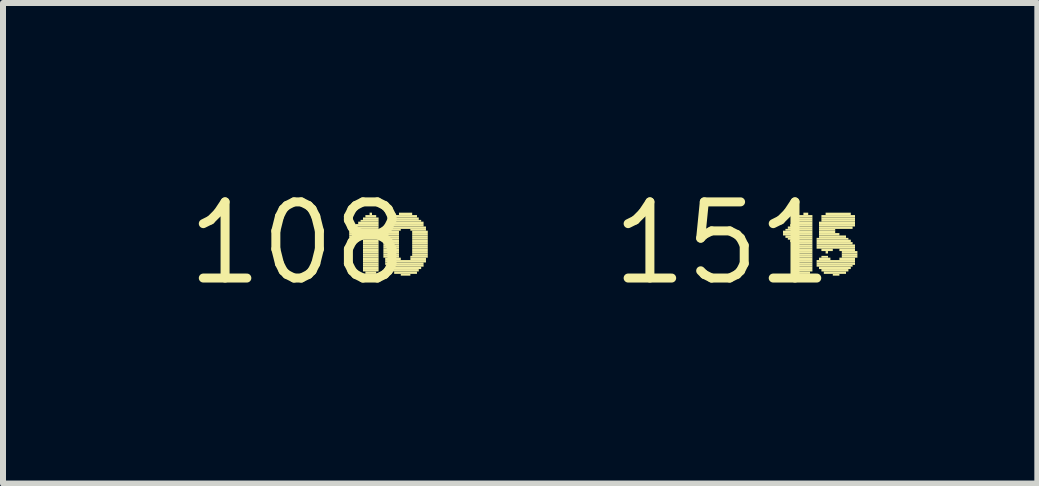
<source format=kicad_pcb>
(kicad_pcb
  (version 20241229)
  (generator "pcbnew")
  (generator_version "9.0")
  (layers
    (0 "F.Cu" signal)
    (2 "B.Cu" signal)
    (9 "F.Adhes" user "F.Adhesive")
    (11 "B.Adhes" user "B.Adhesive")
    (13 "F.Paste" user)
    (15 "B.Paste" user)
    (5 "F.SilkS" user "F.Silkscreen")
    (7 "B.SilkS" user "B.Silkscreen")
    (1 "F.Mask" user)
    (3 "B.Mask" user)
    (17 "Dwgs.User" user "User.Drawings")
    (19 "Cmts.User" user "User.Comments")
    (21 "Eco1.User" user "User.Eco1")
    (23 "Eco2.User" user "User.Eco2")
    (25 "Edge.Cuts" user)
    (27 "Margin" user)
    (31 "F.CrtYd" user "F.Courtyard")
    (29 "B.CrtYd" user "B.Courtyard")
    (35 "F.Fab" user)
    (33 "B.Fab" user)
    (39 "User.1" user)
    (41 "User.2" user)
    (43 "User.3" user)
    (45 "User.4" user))
  (footprint "151"
    (layer "F.Cu")
    (at 8.995 1.006)
    (property "Reference" "151" (at 0 0 0) (layer "F.SilkS") (effects (font (size 1.27 1.27) (thickness 0.15))))
    (fp_poly (pts (xy 1.01 -0.17) (xy 1.5 -0.17) (xy 1.5 -0.21) (xy 1.01 -0.21)) (stroke (width 0) (type solid)) (fill yes) (layer "F.SilkS"))
    (fp_poly (pts (xy 1.01 -0.13) (xy 1.5 -0.13) (xy 1.5 -0.17) (xy 1.01 -0.17)) (stroke (width 0) (type solid)) (fill yes) (layer "F.SilkS"))
    (fp_poly (pts (xy 1.05 -0.21) (xy 1.5 -0.21) (xy 1.5 -0.24) (xy 1.05 -0.24)) (stroke (width 0) (type solid)) (fill yes) (layer "F.SilkS"))
    (fp_poly (pts (xy 1.05 -0.09) (xy 1.5 -0.09) (xy 1.5 -0.13) (xy 1.05 -0.13)) (stroke (width 0) (type solid)) (fill yes) (layer "F.SilkS"))
    (fp_poly (pts (xy 1.09 -0.24) (xy 1.5 -0.24) (xy 1.5 -0.28) (xy 1.09 -0.28)) (stroke (width 0) (type solid)) (fill yes) (layer "F.SilkS"))
    (fp_poly (pts (xy 1.09 -0.06) (xy 1.5 -0.06) (xy 1.5 -0.09) (xy 1.09 -0.09)) (stroke (width 0) (type solid)) (fill yes) (layer "F.SilkS"))
    (fp_poly (pts (xy 1.13 -0.28) (xy 1.5 -0.28) (xy 1.5 -0.32) (xy 1.13 -0.32)) (stroke (width 0) (type solid)) (fill yes) (layer "F.SilkS"))
    (fp_poly (pts (xy 1.13 -0.02) (xy 1.16 -0.02) (xy 1.16 -0.06) (xy 1.13 -0.06)) (stroke (width 0) (type solid)) (fill yes) (layer "F.SilkS"))
    (fp_poly (pts (xy 1.16 -0.32) (xy 1.5 -0.32) (xy 1.5 -0.36) (xy 1.16 -0.36)) (stroke (width 0) (type solid)) (fill yes) (layer "F.SilkS"))
    (fp_poly (pts (xy 1.2 -0.36) (xy 1.5 -0.36) (xy 1.5 -0.39) (xy 1.2 -0.39)) (stroke (width 0) (type solid)) (fill yes) (layer "F.SilkS"))
    (fp_poly (pts (xy 1.24 -0.39) (xy 1.5 -0.39) (xy 1.5 -0.43) (xy 1.24 -0.43)) (stroke (width 0) (type solid)) (fill yes) (layer "F.SilkS"))
    (fp_poly (pts (xy 1.24 -0.02) (xy 1.5 -0.02) (xy 1.5 -0.06) (xy 1.24 -0.06)) (stroke (width 0) (type solid)) (fill yes) (layer "F.SilkS"))
    (fp_poly (pts (xy 1.24 0.02) (xy 1.5 0.02) (xy 1.5 -0.02) (xy 1.24 -0.02)) (stroke (width 0) (type solid)) (fill yes) (layer "F.SilkS"))
    (fp_poly (pts (xy 1.24 0.06) (xy 1.5 0.06) (xy 1.5 0.02) (xy 1.24 0.02)) (stroke (width 0) (type solid)) (fill yes) (layer "F.SilkS"))
    (fp_poly (pts (xy 1.24 0.09) (xy 1.5 0.09) (xy 1.5 0.06) (xy 1.24 0.06)) (stroke (width 0) (type solid)) (fill yes) (layer "F.SilkS"))
    (fp_poly (pts (xy 1.24 0.13) (xy 1.5 0.13) (xy 1.5 0.09) (xy 1.24 0.09)) (stroke (width 0) (type solid)) (fill yes) (layer "F.SilkS"))
    (fp_poly (pts (xy 1.24 0.17) (xy 1.5 0.17) (xy 1.5 0.13) (xy 1.24 0.13)) (stroke (width 0) (type solid)) (fill yes) (layer "F.SilkS"))
    (fp_poly (pts (xy 1.24 0.21) (xy 1.5 0.21) (xy 1.5 0.17) (xy 1.24 0.17)) (stroke (width 0) (type solid)) (fill yes) (layer "F.SilkS"))
    (fp_poly (pts (xy 1.24 0.24) (xy 1.5 0.24) (xy 1.5 0.21) (xy 1.24 0.21)) (stroke (width 0) (type solid)) (fill yes) (layer "F.SilkS"))
    (fp_poly (pts (xy 1.24 0.28) (xy 1.5 0.28) (xy 1.5 0.24) (xy 1.24 0.24)) (stroke (width 0) (type solid)) (fill yes) (layer "F.SilkS"))
    (fp_poly (pts (xy 1.24 0.32) (xy 1.5 0.32) (xy 1.5 0.28) (xy 1.24 0.28)) (stroke (width 0) (type solid)) (fill yes) (layer "F.SilkS"))
    (fp_poly (pts (xy 1.24 0.36) (xy 1.5 0.36) (xy 1.5 0.32) (xy 1.24 0.32)) (stroke (width 0) (type solid)) (fill yes) (layer "F.SilkS"))
    (fp_poly (pts (xy 1.24 0.39) (xy 1.5 0.39) (xy 1.5 0.36) (xy 1.24 0.36)) (stroke (width 0) (type solid)) (fill yes) (layer "F.SilkS"))
    (fp_poly (pts (xy 1.24 0.43) (xy 1.5 0.43) (xy 1.5 0.39) (xy 1.24 0.39)) (stroke (width 0) (type solid)) (fill yes) (layer "F.SilkS"))
    (fp_poly (pts (xy 1.27 -0.43) (xy 1.5 -0.43) (xy 1.5 -0.47) (xy 1.27 -0.47)) (stroke (width 0) (type solid)) (fill yes) (layer "F.SilkS"))
    (fp_poly (pts (xy 1.27 0.47) (xy 1.5 0.47) (xy 1.5 0.43) (xy 1.27 0.43)) (stroke (width 0) (type solid)) (fill yes) (layer "F.SilkS"))
    (fp_poly (pts (xy 1.27 0.51) (xy 1.46 0.51) (xy 1.46 0.47) (xy 1.27 0.47)) (stroke (width 0) (type solid)) (fill yes) (layer "F.SilkS"))
    (fp_poly (pts (xy 1.35 -0.47) (xy 1.43 -0.47) (xy 1.43 -0.51) (xy 1.35 -0.51)) (stroke (width 0) (type solid)) (fill yes) (layer "F.SilkS"))
    (fp_poly (pts (xy 1.57 -0.06) (xy 2.1 -0.06) (xy 2.1 -0.09) (xy 1.57 -0.09)) (stroke (width 0) (type solid)) (fill yes) (layer "F.SilkS"))
    (fp_poly (pts (xy 1.57 -0.02) (xy 2.14 -0.02) (xy 2.14 -0.06) (xy 1.57 -0.06)) (stroke (width 0) (type solid)) (fill yes) (layer "F.SilkS"))
    (fp_poly (pts (xy 1.57 0.02) (xy 2.17 0.02) (xy 2.17 -0.02) (xy 1.57 -0.02)) (stroke (width 0) (type solid)) (fill yes) (layer "F.SilkS"))
    (fp_poly (pts (xy 1.57 0.06) (xy 2.21 0.06) (xy 2.21 0.02) (xy 1.57 0.02)) (stroke (width 0) (type solid)) (fill yes) (layer "F.SilkS"))
    (fp_poly (pts (xy 1.57 0.09) (xy 2.21 0.09) (xy 2.21 0.06) (xy 1.57 0.06)) (stroke (width 0) (type solid)) (fill yes) (layer "F.SilkS"))
    (fp_poly (pts (xy 1.57 0.32) (xy 2.21 0.32) (xy 2.21 0.28) (xy 1.57 0.28)) (stroke (width 0) (type solid)) (fill yes) (layer "F.SilkS"))
    (fp_poly (pts (xy 1.57 0.36) (xy 2.21 0.36) (xy 2.21 0.32) (xy 1.57 0.32)) (stroke (width 0) (type solid)) (fill yes) (layer "F.SilkS"))
    (fp_poly (pts (xy 1.57 0.39) (xy 2.17 0.39) (xy 2.17 0.36) (xy 1.57 0.36)) (stroke (width 0) (type solid)) (fill yes) (layer "F.SilkS"))
    (fp_poly (pts (xy 1.61 -0.32) (xy 2.21 -0.32) (xy 2.21 -0.36) (xy 1.61 -0.36)) (stroke (width 0) (type solid)) (fill yes) (layer "F.SilkS"))
    (fp_poly (pts (xy 1.61 -0.28) (xy 2.21 -0.28) (xy 2.21 -0.32) (xy 1.61 -0.32)) (stroke (width 0) (type solid)) (fill yes) (layer "F.SilkS"))
    (fp_poly (pts (xy 1.61 -0.24) (xy 2.17 -0.24) (xy 2.17 -0.28) (xy 1.61 -0.28)) (stroke (width 0) (type solid)) (fill yes) (layer "F.SilkS"))
    (fp_poly (pts (xy 1.61 -0.21) (xy 1.88 -0.21) (xy 1.88 -0.24) (xy 1.61 -0.24)) (stroke (width 0) (type solid)) (fill yes) (layer "F.SilkS"))
    (fp_poly (pts (xy 1.61 -0.17) (xy 1.88 -0.17) (xy 1.88 -0.21) (xy 1.61 -0.21)) (stroke (width 0) (type solid)) (fill yes) (layer "F.SilkS"))
    (fp_poly (pts (xy 1.61 -0.13) (xy 1.95 -0.13) (xy 1.95 -0.17) (xy 1.61 -0.17)) (stroke (width 0) (type solid)) (fill yes) (layer "F.SilkS"))
    (fp_poly (pts (xy 1.61 -0.09) (xy 2.06 -0.09) (xy 2.06 -0.13) (xy 1.61 -0.13)) (stroke (width 0) (type solid)) (fill yes) (layer "F.SilkS"))
    (fp_poly (pts (xy 1.61 0.28) (xy 1.8 0.28) (xy 1.8 0.24) (xy 1.61 0.24)) (stroke (width 0) (type solid)) (fill yes) (layer "F.SilkS"))
    (fp_poly (pts (xy 1.61 0.43) (xy 2.14 0.43) (xy 2.14 0.39) (xy 1.61 0.39)) (stroke (width 0) (type solid)) (fill yes) (layer "F.SilkS"))
    (fp_poly (pts (xy 1.65 -0.43) (xy 2.21 -0.43) (xy 2.21 -0.47) (xy 1.65 -0.47)) (stroke (width 0) (type solid)) (fill yes) (layer "F.SilkS"))
    (fp_poly (pts (xy 1.65 -0.39) (xy 2.21 -0.39) (xy 2.21 -0.43) (xy 1.65 -0.43)) (stroke (width 0) (type solid)) (fill yes) (layer "F.SilkS"))
    (fp_poly (pts (xy 1.65 -0.36) (xy 2.21 -0.36) (xy 2.21 -0.39) (xy 1.65 -0.39)) (stroke (width 0) (type solid)) (fill yes) (layer "F.SilkS"))
    (fp_poly (pts (xy 1.65 0.13) (xy 1.84 0.13) (xy 1.84 0.09) (xy 1.65 0.09)) (stroke (width 0) (type solid)) (fill yes) (layer "F.SilkS"))
    (fp_poly (pts (xy 1.65 0.24) (xy 1.76 0.24) (xy 1.76 0.21) (xy 1.65 0.21)) (stroke (width 0) (type solid)) (fill yes) (layer "F.SilkS"))
    (fp_poly (pts (xy 1.65 0.47) (xy 2.1 0.47) (xy 2.1 0.43) (xy 1.65 0.43)) (stroke (width 0) (type solid)) (fill yes) (layer "F.SilkS"))
    (fp_poly (pts (xy 1.69 0.51) (xy 2.06 0.51) (xy 2.06 0.47) (xy 1.69 0.47)) (stroke (width 0) (type solid)) (fill yes) (layer "F.SilkS"))
    (fp_poly (pts (xy 1.72 -0.47) (xy 2.14 -0.47) (xy 2.14 -0.51) (xy 1.72 -0.51)) (stroke (width 0) (type solid)) (fill yes) (layer "F.SilkS"))
    (fp_poly (pts (xy 1.72 0.17) (xy 1.76 0.17) (xy 1.76 0.13) (xy 1.72 0.13)) (stroke (width 0) (type solid)) (fill yes) (layer "F.SilkS"))
    (fp_poly (pts (xy 1.84 0.54) (xy 1.95 0.54) (xy 1.95 0.51) (xy 1.84 0.51)) (stroke (width 0) (type solid)) (fill yes) (layer "F.SilkS"))
    (fp_poly (pts (xy 1.95 0.13) (xy 2.21 0.13) (xy 2.21 0.09) (xy 1.95 0.09)) (stroke (width 0) (type solid)) (fill yes) (layer "F.SilkS"))
    (fp_poly (pts (xy 1.95 0.28) (xy 2.21 0.28) (xy 2.21 0.24) (xy 1.95 0.24)) (stroke (width 0) (type solid)) (fill yes) (layer "F.SilkS"))
    (fp_poly (pts (xy 1.99 0.17) (xy 2.25 0.17) (xy 2.25 0.13) (xy 1.99 0.13)) (stroke (width 0) (type solid)) (fill yes) (layer "F.SilkS"))
    (fp_poly (pts (xy 1.99 0.21) (xy 2.25 0.21) (xy 2.25 0.17) (xy 1.99 0.17)) (stroke (width 0) (type solid)) (fill yes) (layer "F.SilkS"))
    (fp_poly (pts (xy 1.99 0.24) (xy 2.25 0.24) (xy 2.25 0.21) (xy 1.99 0.21)) (stroke (width 0) (type solid)) (fill yes) (layer "F.SilkS")))
  (footprint "108"
    (layer "F.Cu")
    (at 1.912 1.006)
    (property "Reference" "108" (at 0 0 0) (layer "F.SilkS") (effects (font (size 1.27 1.27) (thickness 0.15))))
    (fp_poly (pts (xy 0.86 -0.21) (xy 1.35 -0.21) (xy 1.35 -0.24) (xy 0.86 -0.24)) (stroke (width 0) (type solid)) (fill yes) (layer "F.SilkS"))
    (fp_poly (pts (xy 0.86 -0.17) (xy 1.35 -0.17) (xy 1.35 -0.21) (xy 0.86 -0.21)) (stroke (width 0) (type solid)) (fill yes) (layer "F.SilkS"))
    (fp_poly (pts (xy 0.86 -0.13) (xy 1.35 -0.13) (xy 1.35 -0.17) (xy 0.86 -0.17)) (stroke (width 0) (type solid)) (fill yes) (layer "F.SilkS"))
    (fp_poly (pts (xy 0.86 -0.09) (xy 1.35 -0.09) (xy 1.35 -0.13) (xy 0.86 -0.13)) (stroke (width 0) (type solid)) (fill yes) (layer "F.SilkS"))
    (fp_poly (pts (xy 0.9 -0.24) (xy 1.35 -0.24) (xy 1.35 -0.28) (xy 0.9 -0.28)) (stroke (width 0) (type solid)) (fill yes) (layer "F.SilkS"))
    (fp_poly (pts (xy 0.9 -0.06) (xy 1.35 -0.06) (xy 1.35 -0.09) (xy 0.9 -0.09)) (stroke (width 0) (type solid)) (fill yes) (layer "F.SilkS"))
    (fp_poly (pts (xy 0.97 -0.28) (xy 1.35 -0.28) (xy 1.35 -0.32) (xy 0.97 -0.32)) (stroke (width 0) (type solid)) (fill yes) (layer "F.SilkS"))
    (fp_poly (pts (xy 0.97 -0.02) (xy 1.01 -0.02) (xy 1.01 -0.06) (xy 0.97 -0.06)) (stroke (width 0) (type solid)) (fill yes) (layer "F.SilkS"))
    (fp_poly (pts (xy 1.01 -0.32) (xy 1.35 -0.32) (xy 1.35 -0.36) (xy 1.01 -0.36)) (stroke (width 0) (type solid)) (fill yes) (layer "F.SilkS"))
    (fp_poly (pts (xy 1.05 -0.36) (xy 1.35 -0.36) (xy 1.35 -0.39) (xy 1.05 -0.39)) (stroke (width 0) (type solid)) (fill yes) (layer "F.SilkS"))
    (fp_poly (pts (xy 1.09 -0.39) (xy 1.35 -0.39) (xy 1.35 -0.43) (xy 1.09 -0.43)) (stroke (width 0) (type solid)) (fill yes) (layer "F.SilkS"))
    (fp_poly (pts (xy 1.09 -0.02) (xy 1.35 -0.02) (xy 1.35 -0.06) (xy 1.09 -0.06)) (stroke (width 0) (type solid)) (fill yes) (layer "F.SilkS"))
    (fp_poly (pts (xy 1.09 0.02) (xy 1.35 0.02) (xy 1.35 -0.02) (xy 1.09 -0.02)) (stroke (width 0) (type solid)) (fill yes) (layer "F.SilkS"))
    (fp_poly (pts (xy 1.09 0.06) (xy 1.35 0.06) (xy 1.35 0.02) (xy 1.09 0.02)) (stroke (width 0) (type solid)) (fill yes) (layer "F.SilkS"))
    (fp_poly (pts (xy 1.09 0.09) (xy 1.35 0.09) (xy 1.35 0.06) (xy 1.09 0.06)) (stroke (width 0) (type solid)) (fill yes) (layer "F.SilkS"))
    (fp_poly (pts (xy 1.09 0.13) (xy 1.35 0.13) (xy 1.35 0.09) (xy 1.09 0.09)) (stroke (width 0) (type solid)) (fill yes) (layer "F.SilkS"))
    (fp_poly (pts (xy 1.09 0.17) (xy 1.35 0.17) (xy 1.35 0.13) (xy 1.09 0.13)) (stroke (width 0) (type solid)) (fill yes) (layer "F.SilkS"))
    (fp_poly (pts (xy 1.09 0.21) (xy 1.35 0.21) (xy 1.35 0.17) (xy 1.09 0.17)) (stroke (width 0) (type solid)) (fill yes) (layer "F.SilkS"))
    (fp_poly (pts (xy 1.09 0.24) (xy 1.35 0.24) (xy 1.35 0.21) (xy 1.09 0.21)) (stroke (width 0) (type solid)) (fill yes) (layer "F.SilkS"))
    (fp_poly (pts (xy 1.09 0.28) (xy 1.35 0.28) (xy 1.35 0.24) (xy 1.09 0.24)) (stroke (width 0) (type solid)) (fill yes) (layer "F.SilkS"))
    (fp_poly (pts (xy 1.09 0.32) (xy 1.35 0.32) (xy 1.35 0.28) (xy 1.09 0.28)) (stroke (width 0) (type solid)) (fill yes) (layer "F.SilkS"))
    (fp_poly (pts (xy 1.09 0.36) (xy 1.35 0.36) (xy 1.35 0.32) (xy 1.09 0.32)) (stroke (width 0) (type solid)) (fill yes) (layer "F.SilkS"))
    (fp_poly (pts (xy 1.09 0.39) (xy 1.35 0.39) (xy 1.35 0.36) (xy 1.09 0.36)) (stroke (width 0) (type solid)) (fill yes) (layer "F.SilkS"))
    (fp_poly (pts (xy 1.09 0.43) (xy 1.35 0.43) (xy 1.35 0.39) (xy 1.09 0.39)) (stroke (width 0) (type solid)) (fill yes) (layer "F.SilkS"))
    (fp_poly (pts (xy 1.09 0.47) (xy 1.35 0.47) (xy 1.35 0.43) (xy 1.09 0.43)) (stroke (width 0) (type solid)) (fill yes) (layer "F.SilkS"))
    (fp_poly (pts (xy 1.13 -0.43) (xy 1.31 -0.43) (xy 1.31 -0.47) (xy 1.13 -0.47)) (stroke (width 0) (type solid)) (fill yes) (layer "F.SilkS"))
    (fp_poly (pts (xy 1.13 0.51) (xy 1.31 0.51) (xy 1.31 0.47) (xy 1.13 0.47)) (stroke (width 0) (type solid)) (fill yes) (layer "F.SilkS"))
    (fp_poly (pts (xy 1.2 -0.47) (xy 1.24 -0.47) (xy 1.24 -0.51) (xy 1.2 -0.51)) (stroke (width 0) (type solid)) (fill yes) (layer "F.SilkS"))
    (fp_poly (pts (xy 1.43 -0.17) (xy 1.69 -0.17) (xy 1.69 -0.21) (xy 1.43 -0.21)) (stroke (width 0) (type solid)) (fill yes) (layer "F.SilkS"))
    (fp_poly (pts (xy 1.43 -0.13) (xy 1.69 -0.13) (xy 1.69 -0.17) (xy 1.43 -0.17)) (stroke (width 0) (type solid)) (fill yes) (layer "F.SilkS"))
    (fp_poly (pts (xy 1.43 -0.09) (xy 1.69 -0.09) (xy 1.69 -0.13) (xy 1.43 -0.13)) (stroke (width 0) (type solid)) (fill yes) (layer "F.SilkS"))
    (fp_poly (pts (xy 1.43 -0.06) (xy 1.69 -0.06) (xy 1.69 -0.09) (xy 1.43 -0.09)) (stroke (width 0) (type solid)) (fill yes) (layer "F.SilkS"))
    (fp_poly (pts (xy 1.43 -0.02) (xy 1.69 -0.02) (xy 1.69 -0.06) (xy 1.43 -0.06)) (stroke (width 0) (type solid)) (fill yes) (layer "F.SilkS"))
    (fp_poly (pts (xy 1.43 0.02) (xy 1.69 0.02) (xy 1.69 -0.02) (xy 1.43 -0.02)) (stroke (width 0) (type solid)) (fill yes) (layer "F.SilkS"))
    (fp_poly (pts (xy 1.43 0.06) (xy 1.69 0.06) (xy 1.69 0.02) (xy 1.43 0.02)) (stroke (width 0) (type solid)) (fill yes) (layer "F.SilkS"))
    (fp_poly (pts (xy 1.43 0.09) (xy 1.69 0.09) (xy 1.69 0.06) (xy 1.43 0.06)) (stroke (width 0) (type solid)) (fill yes) (layer "F.SilkS"))
    (fp_poly (pts (xy 1.43 0.13) (xy 1.69 0.13) (xy 1.69 0.09) (xy 1.43 0.09)) (stroke (width 0) (type solid)) (fill yes) (layer "F.SilkS"))
    (fp_poly (pts (xy 1.43 0.17) (xy 1.69 0.17) (xy 1.69 0.13) (xy 1.43 0.13)) (stroke (width 0) (type solid)) (fill yes) (layer "F.SilkS"))
    (fp_poly (pts (xy 1.43 0.21) (xy 1.69 0.21) (xy 1.69 0.17) (xy 1.43 0.17)) (stroke (width 0) (type solid)) (fill yes) (layer "F.SilkS"))
    (fp_poly (pts (xy 1.43 0.24) (xy 1.69 0.24) (xy 1.69 0.21) (xy 1.43 0.21)) (stroke (width 0) (type solid)) (fill yes) (layer "F.SilkS"))
    (fp_poly (pts (xy 1.46 -0.28) (xy 2.1 -0.28) (xy 2.1 -0.32) (xy 1.46 -0.32)) (stroke (width 0) (type solid)) (fill yes) (layer "F.SilkS"))
    (fp_poly (pts (xy 1.46 -0.24) (xy 2.14 -0.24) (xy 2.14 -0.28) (xy 1.46 -0.28)) (stroke (width 0) (type solid)) (fill yes) (layer "F.SilkS"))
    (fp_poly (pts (xy 1.46 -0.21) (xy 1.72 -0.21) (xy 1.72 -0.24) (xy 1.46 -0.24)) (stroke (width 0) (type solid)) (fill yes) (layer "F.SilkS"))
    (fp_poly (pts (xy 1.46 0.28) (xy 1.72 0.28) (xy 1.72 0.24) (xy 1.46 0.24)) (stroke (width 0) (type solid)) (fill yes) (layer "F.SilkS"))
    (fp_poly (pts (xy 1.46 0.32) (xy 2.14 0.32) (xy 2.14 0.28) (xy 1.46 0.28)) (stroke (width 0) (type solid)) (fill yes) (layer "F.SilkS"))
    (fp_poly (pts (xy 1.46 0.36) (xy 2.1 0.36) (xy 2.1 0.32) (xy 1.46 0.32)) (stroke (width 0) (type solid)) (fill yes) (layer "F.SilkS"))
    (fp_poly (pts (xy 1.5 -0.32) (xy 2.1 -0.32) (xy 2.1 -0.36) (xy 1.5 -0.36)) (stroke (width 0) (type solid)) (fill yes) (layer "F.SilkS"))
    (fp_poly (pts (xy 1.5 0.39) (xy 2.1 0.39) (xy 2.1 0.36) (xy 1.5 0.36)) (stroke (width 0) (type solid)) (fill yes) (layer "F.SilkS"))
    (fp_poly (pts (xy 1.54 -0.39) (xy 2.02 -0.39) (xy 2.02 -0.43) (xy 1.54 -0.43)) (stroke (width 0) (type solid)) (fill yes) (layer "F.SilkS"))
    (fp_poly (pts (xy 1.54 -0.36) (xy 2.06 -0.36) (xy 2.06 -0.39) (xy 1.54 -0.39)) (stroke (width 0) (type solid)) (fill yes) (layer "F.SilkS"))
    (fp_poly (pts (xy 1.54 0.43) (xy 2.06 0.43) (xy 2.06 0.39) (xy 1.54 0.39)) (stroke (width 0) (type solid)) (fill yes) (layer "F.SilkS"))
    (fp_poly (pts (xy 1.57 0.47) (xy 2.02 0.47) (xy 2.02 0.43) (xy 1.57 0.43)) (stroke (width 0) (type solid)) (fill yes) (layer "F.SilkS"))
    (fp_poly (pts (xy 1.61 -0.43) (xy 1.99 -0.43) (xy 1.99 -0.47) (xy 1.61 -0.47)) (stroke (width 0) (type solid)) (fill yes) (layer "F.SilkS"))
    (fp_poly (pts (xy 1.61 0.51) (xy 1.99 0.51) (xy 1.99 0.47) (xy 1.61 0.47)) (stroke (width 0) (type solid)) (fill yes) (layer "F.SilkS"))
    (fp_poly (pts (xy 1.69 -0.47) (xy 1.91 -0.47) (xy 1.91 -0.51) (xy 1.69 -0.51)) (stroke (width 0) (type solid)) (fill yes) (layer "F.SilkS"))
    (fp_poly (pts (xy 1.72 0.54) (xy 1.88 0.54) (xy 1.88 0.51) (xy 1.72 0.51)) (stroke (width 0) (type solid)) (fill yes) (layer "F.SilkS"))
    (fp_poly (pts (xy 1.88 -0.21) (xy 2.14 -0.21) (xy 2.14 -0.24) (xy 1.88 -0.24)) (stroke (width 0) (type solid)) (fill yes) (layer "F.SilkS"))
    (fp_poly (pts (xy 1.88 0.24) (xy 2.17 0.24) (xy 2.17 0.21) (xy 1.88 0.21)) (stroke (width 0) (type solid)) (fill yes) (layer "F.SilkS"))
    (fp_poly (pts (xy 1.88 0.28) (xy 2.14 0.28) (xy 2.14 0.24) (xy 1.88 0.24)) (stroke (width 0) (type solid)) (fill yes) (layer "F.SilkS"))
    (fp_poly (pts (xy 1.91 -0.17) (xy 2.17 -0.17) (xy 2.17 -0.21) (xy 1.91 -0.21)) (stroke (width 0) (type solid)) (fill yes) (layer "F.SilkS"))
    (fp_poly (pts (xy 1.91 -0.13) (xy 2.17 -0.13) (xy 2.17 -0.17) (xy 1.91 -0.17)) (stroke (width 0) (type solid)) (fill yes) (layer "F.SilkS"))
    (fp_poly (pts (xy 1.91 -0.09) (xy 2.17 -0.09) (xy 2.17 -0.13) (xy 1.91 -0.13)) (stroke (width 0) (type solid)) (fill yes) (layer "F.SilkS"))
    (fp_poly (pts (xy 1.91 -0.06) (xy 2.17 -0.06) (xy 2.17 -0.09) (xy 1.91 -0.09)) (stroke (width 0) (type solid)) (fill yes) (layer "F.SilkS"))
    (fp_poly (pts (xy 1.91 -0.02) (xy 2.17 -0.02) (xy 2.17 -0.06) (xy 1.91 -0.06)) (stroke (width 0) (type solid)) (fill yes) (layer "F.SilkS"))
    (fp_poly (pts (xy 1.91 0.02) (xy 2.17 0.02) (xy 2.17 -0.02) (xy 1.91 -0.02)) (stroke (width 0) (type solid)) (fill yes) (layer "F.SilkS"))
    (fp_poly (pts (xy 1.91 0.06) (xy 2.17 0.06) (xy 2.17 0.02) (xy 1.91 0.02)) (stroke (width 0) (type solid)) (fill yes) (layer "F.SilkS"))
    (fp_poly (pts (xy 1.91 0.09) (xy 2.17 0.09) (xy 2.17 0.06) (xy 1.91 0.06)) (stroke (width 0) (type solid)) (fill yes) (layer "F.SilkS"))
    (fp_poly (pts (xy 1.91 0.13) (xy 2.17 0.13) (xy 2.17 0.09) (xy 1.91 0.09)) (stroke (width 0) (type solid)) (fill yes) (layer "F.SilkS"))
    (fp_poly (pts (xy 1.91 0.17) (xy 2.17 0.17) (xy 2.17 0.13) (xy 1.91 0.13)) (stroke (width 0) (type solid)) (fill yes) (layer "F.SilkS"))
    (fp_poly (pts (xy 1.91 0.21) (xy 2.17 0.21) (xy 2.17 0.17) (xy 1.91 0.17)) (stroke (width 0) (type solid)) (fill yes) (layer "F.SilkS")))
  (gr_rect
    (start -3 -3)
    (end 14.245 5.012)
    (stroke (width 0.1) (type default))
    (fill no)
    (layer "Edge.Cuts")))
</source>
